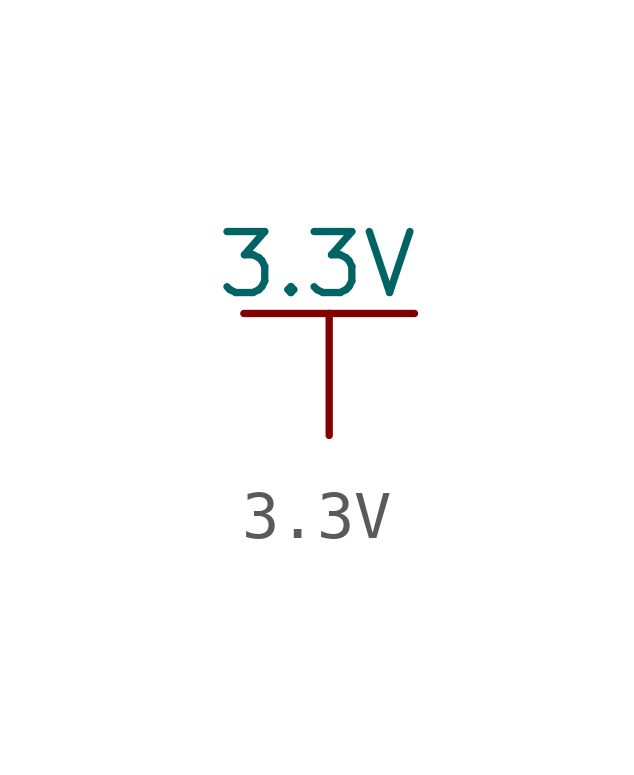
<source format=kicad_sym>
(kicad_symbol_lib
  (version 20231120)
  (generator "kicad_symbol_editor")
  (generator_version "8.0")
  (symbol "3.3V"
    (power)
    (pin_numbers hide)
    (pin_names
      (offset 0) hide)
    (property "Reference" "#PWR"
      (at 0 -3.81 0)
      (effects (font (size 1.27 1.27)) (hide yes)))
    (property "Value" "3.3V"
      (at -0.254 3.556 0)
      (effects (font (size 1.27 1.27))))
    (property "Footprint" ""
      (at 0 0 0)
      (effects (font (size 1.524 1.524))))
    (property "Datasheet" ""
      (at 0 0 0)
      (effects (font (size 1.524 1.524))))
    (symbol "3.3V_0_1"
      (polyline (pts (xy -1.778 2.54) (xy 0 2.54)) (stroke (width 0) (type default)) (fill (type none)))
      (polyline (pts (xy 0 0) (xy 0 2.54)) (stroke (width 0) (type default)) (fill (type none)))
      (polyline (pts (xy 0 2.54) (xy 1.778 2.54)) (stroke (width 0) (type default)) (fill (type none))))
    (symbol "3.3V_1_1"
      (pin power_in line (at 0 0 90) (length 0) hide (name "3.3V" (effects (font (size 1.27 1.27)))) (number "1" (effects (font (size 1.27 1.27))))))))
</source>
